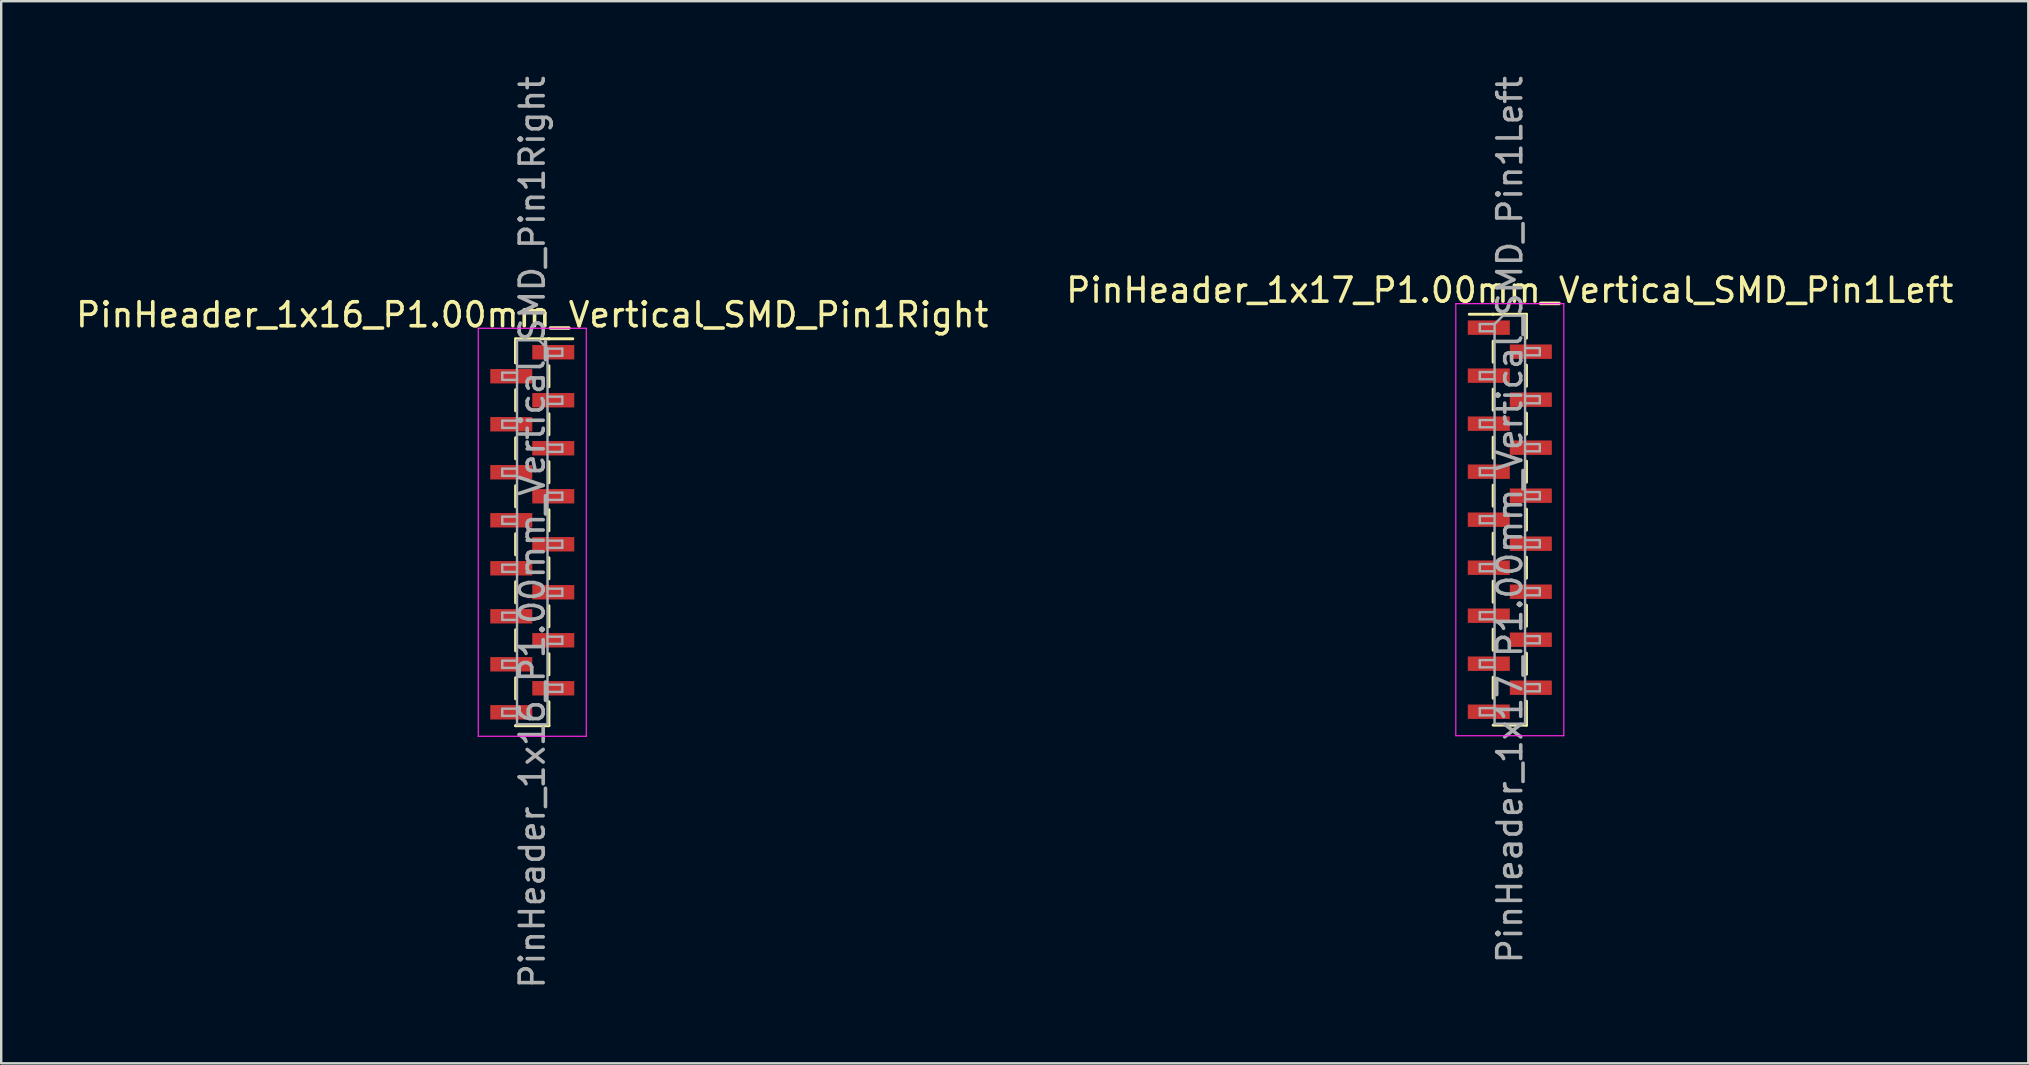
<source format=kicad_pcb>
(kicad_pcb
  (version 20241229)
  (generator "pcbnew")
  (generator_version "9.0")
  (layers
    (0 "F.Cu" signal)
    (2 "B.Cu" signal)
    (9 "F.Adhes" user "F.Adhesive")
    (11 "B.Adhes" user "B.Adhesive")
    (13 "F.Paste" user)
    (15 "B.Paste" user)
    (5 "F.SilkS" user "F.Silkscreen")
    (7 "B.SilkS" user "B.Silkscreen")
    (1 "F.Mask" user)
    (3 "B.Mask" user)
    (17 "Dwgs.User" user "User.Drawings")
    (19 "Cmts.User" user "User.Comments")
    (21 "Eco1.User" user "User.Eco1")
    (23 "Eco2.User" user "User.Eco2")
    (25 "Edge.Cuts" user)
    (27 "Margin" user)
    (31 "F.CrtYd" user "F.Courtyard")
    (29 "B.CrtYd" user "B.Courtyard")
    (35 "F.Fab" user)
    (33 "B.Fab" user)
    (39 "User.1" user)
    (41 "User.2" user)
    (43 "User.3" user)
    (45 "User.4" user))
  (footprint "PinHeader_1x16_P1.00mm_Vertical_SMD_Pin1Right"
    (layer "F.Cu")
    (at 19.125 19.125)
    (property "Reference" "PinHeader_1x16_P1.00mm_Vertical_SMD_Pin1Right" (at 0 -9.06 0) (layer "F.SilkS") (effects (font (size 1 1) (thickness 0.15))))
    (attr smd)
    (fp_line (start -0.695 -8.06) (end -0.695 -7.06) (stroke (width 0.12) (type solid)) (layer "F.SilkS"))
    (fp_line (start -0.695 -8.06) (end 0.695 -8.06) (stroke (width 0.12) (type solid)) (layer "F.SilkS"))
    (fp_line (start -0.695 -7.94) (end -0.695 -7.06) (stroke (width 0.12) (type solid)) (layer "F.SilkS"))
    (fp_line (start -0.695 -5.94) (end -0.695 -5.06) (stroke (width 0.12) (type solid)) (layer "F.SilkS"))
    (fp_line (start -0.695 -3.94) (end -0.695 -3.06) (stroke (width 0.12) (type solid)) (layer "F.SilkS"))
    (fp_line (start -0.695 -1.94) (end -0.695 -1.06) (stroke (width 0.12) (type solid)) (layer "F.SilkS"))
    (fp_line (start -0.695 0.06) (end -0.695 0.94) (stroke (width 0.12) (type solid)) (layer "F.SilkS"))
    (fp_line (start -0.695 2.06) (end -0.695 2.94) (stroke (width 0.12) (type solid)) (layer "F.SilkS"))
    (fp_line (start -0.695 4.06) (end -0.695 4.94) (stroke (width 0.12) (type solid)) (layer "F.SilkS"))
    (fp_line (start -0.695 6.06) (end -0.695 6.94) (stroke (width 0.12) (type solid)) (layer "F.SilkS"))
    (fp_line (start -0.695 8.06) (end -0.695 8.06) (stroke (width 0.12) (type solid)) (layer "F.SilkS"))
    (fp_line (start -0.695 8.06) (end 0.695 8.06) (stroke (width 0.12) (type solid)) (layer "F.SilkS"))
    (fp_line (start 0.695 -8.06) (end 0.695 -8.06) (stroke (width 0.12) (type solid)) (layer "F.SilkS"))
    (fp_line (start 0.695 -8.06) (end 1.69 -8.06) (stroke (width 0.12) (type solid)) (layer "F.SilkS"))
    (fp_line (start 0.695 -6.94) (end 0.695 -6.06) (stroke (width 0.12) (type solid)) (layer "F.SilkS"))
    (fp_line (start 0.695 -4.94) (end 0.695 -4.06) (stroke (width 0.12) (type solid)) (layer "F.SilkS"))
    (fp_line (start 0.695 -2.94) (end 0.695 -2.06) (stroke (width 0.12) (type solid)) (layer "F.SilkS"))
    (fp_line (start 0.695 -0.94) (end 0.695 -0.06) (stroke (width 0.12) (type solid)) (layer "F.SilkS"))
    (fp_line (start 0.695 1.06) (end 0.695 1.94) (stroke (width 0.12) (type solid)) (layer "F.SilkS"))
    (fp_line (start 0.695 3.06) (end 0.695 3.94) (stroke (width 0.12) (type solid)) (layer "F.SilkS"))
    (fp_line (start 0.695 5.06) (end 0.695 5.94) (stroke (width 0.12) (type solid)) (layer "F.SilkS"))
    (fp_line (start 0.695 7.06) (end 0.695 8.06) (stroke (width 0.12) (type solid)) (layer "F.SilkS"))
    (fp_line (start -2.25 -8.5) (end -2.25 8.5) (stroke (width 0.05) (type solid)) (layer "F.CrtYd"))
    (fp_line (start -2.25 8.5) (end 2.25 8.5) (stroke (width 0.05) (type solid)) (layer "F.CrtYd"))
    (fp_line (start 2.25 -8.5) (end -2.25 -8.5) (stroke (width 0.05) (type solid)) (layer "F.CrtYd"))
    (fp_line (start 2.25 8.5) (end 2.25 -8.5) (stroke (width 0.05) (type solid)) (layer "F.CrtYd"))
    (fp_line (start -1.25 -6.65) (end -1.25 -6.35) (stroke (width 0.1) (type solid)) (layer "F.Fab"))
    (fp_line (start -1.25 -6.35) (end -0.635 -6.35) (stroke (width 0.1) (type solid)) (layer "F.Fab"))
    (fp_line (start -1.25 -4.65) (end -1.25 -4.35) (stroke (width 0.1) (type solid)) (layer "F.Fab"))
    (fp_line (start -1.25 -4.35) (end -0.635 -4.35) (stroke (width 0.1) (type solid)) (layer "F.Fab"))
    (fp_line (start -1.25 -2.65) (end -1.25 -2.35) (stroke (width 0.1) (type solid)) (layer "F.Fab"))
    (fp_line (start -1.25 -2.35) (end -0.635 -2.35) (stroke (width 0.1) (type solid)) (layer "F.Fab"))
    (fp_line (start -1.25 -0.65) (end -1.25 -0.35) (stroke (width 0.1) (type solid)) (layer "F.Fab"))
    (fp_line (start -1.25 -0.35) (end -0.635 -0.35) (stroke (width 0.1) (type solid)) (layer "F.Fab"))
    (fp_line (start -1.25 1.35) (end -1.25 1.65) (stroke (width 0.1) (type solid)) (layer "F.Fab"))
    (fp_line (start -1.25 1.65) (end -0.635 1.65) (stroke (width 0.1) (type solid)) (layer "F.Fab"))
    (fp_line (start -1.25 3.35) (end -1.25 3.65) (stroke (width 0.1) (type solid)) (layer "F.Fab"))
    (fp_line (start -1.25 3.65) (end -0.635 3.65) (stroke (width 0.1) (type solid)) (layer "F.Fab"))
    (fp_line (start -1.25 5.35) (end -1.25 5.65) (stroke (width 0.1) (type solid)) (layer "F.Fab"))
    (fp_line (start -1.25 5.65) (end -0.635 5.65) (stroke (width 0.1) (type solid)) (layer "F.Fab"))
    (fp_line (start -1.25 7.35) (end -1.25 7.65) (stroke (width 0.1) (type solid)) (layer "F.Fab"))
    (fp_line (start -1.25 7.65) (end -0.635 7.65) (stroke (width 0.1) (type solid)) (layer "F.Fab"))
    (fp_line (start -0.635 -8) (end -0.635 8) (stroke (width 0.1) (type solid)) (layer "F.Fab"))
    (fp_line (start -0.635 -8) (end 0.285 -8) (stroke (width 0.1) (type solid)) (layer "F.Fab"))
    (fp_line (start -0.635 -6.65) (end -1.25 -6.65) (stroke (width 0.1) (type solid)) (layer "F.Fab"))
    (fp_line (start -0.635 -4.65) (end -1.25 -4.65) (stroke (width 0.1) (type solid)) (layer "F.Fab"))
    (fp_line (start -0.635 -2.65) (end -1.25 -2.65) (stroke (width 0.1) (type solid)) (layer "F.Fab"))
    (fp_line (start -0.635 -0.65) (end -1.25 -0.65) (stroke (width 0.1) (type solid)) (layer "F.Fab"))
    (fp_line (start -0.635 1.35) (end -1.25 1.35) (stroke (width 0.1) (type solid)) (layer "F.Fab"))
    (fp_line (start -0.635 3.35) (end -1.25 3.35) (stroke (width 0.1) (type solid)) (layer "F.Fab"))
    (fp_line (start -0.635 5.35) (end -1.25 5.35) (stroke (width 0.1) (type solid)) (layer "F.Fab"))
    (fp_line (start -0.635 7.35) (end -1.25 7.35) (stroke (width 0.1) (type solid)) (layer "F.Fab"))
    (fp_line (start 0.635 -7.65) (end 0.285 -8) (stroke (width 0.1) (type solid)) (layer "F.Fab"))
    (fp_line (start 0.635 -7.65) (end 1.25 -7.65) (stroke (width 0.1) (type solid)) (layer "F.Fab"))
    (fp_line (start 0.635 -5.65) (end 1.25 -5.65) (stroke (width 0.1) (type solid)) (layer "F.Fab"))
    (fp_line (start 0.635 -3.65) (end 1.25 -3.65) (stroke (width 0.1) (type solid)) (layer "F.Fab"))
    (fp_line (start 0.635 -1.65) (end 1.25 -1.65) (stroke (width 0.1) (type solid)) (layer "F.Fab"))
    (fp_line (start 0.635 0.35) (end 1.25 0.35) (stroke (width 0.1) (type solid)) (layer "F.Fab"))
    (fp_line (start 0.635 2.35) (end 1.25 2.35) (stroke (width 0.1) (type solid)) (layer "F.Fab"))
    (fp_line (start 0.635 4.35) (end 1.25 4.35) (stroke (width 0.1) (type solid)) (layer "F.Fab"))
    (fp_line (start 0.635 6.35) (end 1.25 6.35) (stroke (width 0.1) (type solid)) (layer "F.Fab"))
    (fp_line (start 0.635 8) (end -0.635 8) (stroke (width 0.1) (type solid)) (layer "F.Fab"))
    (fp_line (start 0.635 8) (end 0.635 -7.65) (stroke (width 0.1) (type solid)) (layer "F.Fab"))
    (fp_line (start 1.25 -7.65) (end 1.25 -7.35) (stroke (width 0.1) (type solid)) (layer "F.Fab"))
    (fp_line (start 1.25 -7.35) (end 0.635 -7.35) (stroke (width 0.1) (type solid)) (layer "F.Fab"))
    (fp_line (start 1.25 -5.65) (end 1.25 -5.35) (stroke (width 0.1) (type solid)) (layer "F.Fab"))
    (fp_line (start 1.25 -5.35) (end 0.635 -5.35) (stroke (width 0.1) (type solid)) (layer "F.Fab"))
    (fp_line (start 1.25 -3.65) (end 1.25 -3.35) (stroke (width 0.1) (type solid)) (layer "F.Fab"))
    (fp_line (start 1.25 -3.35) (end 0.635 -3.35) (stroke (width 0.1) (type solid)) (layer "F.Fab"))
    (fp_line (start 1.25 -1.65) (end 1.25 -1.35) (stroke (width 0.1) (type solid)) (layer "F.Fab"))
    (fp_line (start 1.25 -1.35) (end 0.635 -1.35) (stroke (width 0.1) (type solid)) (layer "F.Fab"))
    (fp_line (start 1.25 0.35) (end 1.25 0.65) (stroke (width 0.1) (type solid)) (layer "F.Fab"))
    (fp_line (start 1.25 0.65) (end 0.635 0.65) (stroke (width 0.1) (type solid)) (layer "F.Fab"))
    (fp_line (start 1.25 2.35) (end 1.25 2.65) (stroke (width 0.1) (type solid)) (layer "F.Fab"))
    (fp_line (start 1.25 2.65) (end 0.635 2.65) (stroke (width 0.1) (type solid)) (layer "F.Fab"))
    (fp_line (start 1.25 4.35) (end 1.25 4.65) (stroke (width 0.1) (type solid)) (layer "F.Fab"))
    (fp_line (start 1.25 4.65) (end 0.635 4.65) (stroke (width 0.1) (type solid)) (layer "F.Fab"))
    (fp_line (start 1.25 6.35) (end 1.25 6.65) (stroke (width 0.1) (type solid)) (layer "F.Fab"))
    (fp_line (start 1.25 6.65) (end 0.635 6.65) (stroke (width 0.1) (type solid)) (layer "F.Fab"))
    (fp_text user "${REFERENCE}" (at 0 0 90) (layer "F.Fab") (effects (font (size 1 1) (thickness 0.15))))
    (pad "1" smd rect (at 0.875 -7.5) (size 1.75 0.6) (layers "F.Cu" "F.Mask" "F.Paste"))
    (pad "2" smd rect (at -0.875 -6.5) (size 1.75 0.6) (layers "F.Cu" "F.Mask" "F.Paste"))
    (pad "3" smd rect (at 0.875 -5.5) (size 1.75 0.6) (layers "F.Cu" "F.Mask" "F.Paste"))
    (pad "4" smd rect (at -0.875 -4.5) (size 1.75 0.6) (layers "F.Cu" "F.Mask" "F.Paste"))
    (pad "5" smd rect (at 0.875 -3.5) (size 1.75 0.6) (layers "F.Cu" "F.Mask" "F.Paste"))
    (pad "6" smd rect (at -0.875 -2.5) (size 1.75 0.6) (layers "F.Cu" "F.Mask" "F.Paste"))
    (pad "7" smd rect (at 0.875 -1.5) (size 1.75 0.6) (layers "F.Cu" "F.Mask" "F.Paste"))
    (pad "8" smd rect (at -0.875 -0.5) (size 1.75 0.6) (layers "F.Cu" "F.Mask" "F.Paste"))
    (pad "9" smd rect (at 0.875 0.5) (size 1.75 0.6) (layers "F.Cu" "F.Mask" "F.Paste"))
    (pad "10" smd rect (at -0.875 1.5) (size 1.75 0.6) (layers "F.Cu" "F.Mask" "F.Paste"))
    (pad "11" smd rect (at 0.875 2.5) (size 1.75 0.6) (layers "F.Cu" "F.Mask" "F.Paste"))
    (pad "12" smd rect (at -0.875 3.5) (size 1.75 0.6) (layers "F.Cu" "F.Mask" "F.Paste"))
    (pad "13" smd rect (at 0.875 4.5) (size 1.75 0.6) (layers "F.Cu" "F.Mask" "F.Paste"))
    (pad "14" smd rect (at -0.875 5.5) (size 1.75 0.6) (layers "F.Cu" "F.Mask" "F.Paste"))
    (pad "15" smd rect (at 0.875 6.5) (size 1.75 0.6) (layers "F.Cu" "F.Mask" "F.Paste"))
    (pad "16" smd rect (at -0.875 7.5) (size 1.75 0.6) (layers "F.Cu" "F.Mask" "F.Paste")))
  (footprint "PinHeader_1x17_P1.00mm_Vertical_SMD_Pin1Left"
    (layer "F.Cu")
    (at 59.851 18.601)
    (property "Reference" "PinHeader_1x17_P1.00mm_Vertical_SMD_Pin1Left" (at 0 -9.56 0) (layer "F.SilkS") (effects (font (size 1 1) (thickness 0.15))))
    (attr smd)
    (fp_line (start -0.695 -8.56) (end -1.69 -8.56) (stroke (width 0.12) (type solid)) (layer "F.SilkS"))
    (fp_line (start -0.695 -8.56) (end -0.695 -8.56) (stroke (width 0.12) (type solid)) (layer "F.SilkS"))
    (fp_line (start -0.695 -8.56) (end 0.695 -8.56) (stroke (width 0.12) (type solid)) (layer "F.SilkS"))
    (fp_line (start -0.695 -7.44) (end -0.695 -6.56) (stroke (width 0.12) (type solid)) (layer "F.SilkS"))
    (fp_line (start -0.695 -5.44) (end -0.695 -4.56) (stroke (width 0.12) (type solid)) (layer "F.SilkS"))
    (fp_line (start -0.695 -3.44) (end -0.695 -2.56) (stroke (width 0.12) (type solid)) (layer "F.SilkS"))
    (fp_line (start -0.695 -1.44) (end -0.695 -0.56) (stroke (width 0.12) (type solid)) (layer "F.SilkS"))
    (fp_line (start -0.695 0.56) (end -0.695 1.44) (stroke (width 0.12) (type solid)) (layer "F.SilkS"))
    (fp_line (start -0.695 2.56) (end -0.695 3.44) (stroke (width 0.12) (type solid)) (layer "F.SilkS"))
    (fp_line (start -0.695 4.56) (end -0.695 5.44) (stroke (width 0.12) (type solid)) (layer "F.SilkS"))
    (fp_line (start -0.695 6.56) (end -0.695 7.44) (stroke (width 0.12) (type solid)) (layer "F.SilkS"))
    (fp_line (start -0.695 8.56) (end 0.695 8.56) (stroke (width 0.12) (type solid)) (layer "F.SilkS"))
    (fp_line (start 0.695 -8.56) (end 0.695 -7.56) (stroke (width 0.12) (type solid)) (layer "F.SilkS"))
    (fp_line (start 0.695 -6.44) (end 0.695 -5.56) (stroke (width 0.12) (type solid)) (layer "F.SilkS"))
    (fp_line (start 0.695 -4.44) (end 0.695 -3.56) (stroke (width 0.12) (type solid)) (layer "F.SilkS"))
    (fp_line (start 0.695 -2.44) (end 0.695 -1.56) (stroke (width 0.12) (type solid)) (layer "F.SilkS"))
    (fp_line (start 0.695 -0.44) (end 0.695 0.44) (stroke (width 0.12) (type solid)) (layer "F.SilkS"))
    (fp_line (start 0.695 1.56) (end 0.695 2.44) (stroke (width 0.12) (type solid)) (layer "F.SilkS"))
    (fp_line (start 0.695 3.56) (end 0.695 4.44) (stroke (width 0.12) (type solid)) (layer "F.SilkS"))
    (fp_line (start 0.695 5.56) (end 0.695 6.44) (stroke (width 0.12) (type solid)) (layer "F.SilkS"))
    (fp_line (start 0.695 7.56) (end 0.695 8.56) (stroke (width 0.12) (type solid)) (layer "F.SilkS"))
    (fp_line (start 0.695 8.56) (end 0.695 8.56) (stroke (width 0.12) (type solid)) (layer "F.SilkS"))
    (fp_line (start -2.25 -9) (end -2.25 9) (stroke (width 0.05) (type solid)) (layer "F.CrtYd"))
    (fp_line (start -2.25 9) (end 2.25 9) (stroke (width 0.05) (type solid)) (layer "F.CrtYd"))
    (fp_line (start 2.25 -9) (end -2.25 -9) (stroke (width 0.05) (type solid)) (layer "F.CrtYd"))
    (fp_line (start 2.25 9) (end 2.25 -9) (stroke (width 0.05) (type solid)) (layer "F.CrtYd"))
    (fp_line (start -1.25 -8.15) (end -1.25 -7.85) (stroke (width 0.1) (type solid)) (layer "F.Fab"))
    (fp_line (start -1.25 -7.85) (end -0.635 -7.85) (stroke (width 0.1) (type solid)) (layer "F.Fab"))
    (fp_line (start -1.25 -6.15) (end -1.25 -5.85) (stroke (width 0.1) (type solid)) (layer "F.Fab"))
    (fp_line (start -1.25 -5.85) (end -0.635 -5.85) (stroke (width 0.1) (type solid)) (layer "F.Fab"))
    (fp_line (start -1.25 -4.15) (end -1.25 -3.85) (stroke (width 0.1) (type solid)) (layer "F.Fab"))
    (fp_line (start -1.25 -3.85) (end -0.635 -3.85) (stroke (width 0.1) (type solid)) (layer "F.Fab"))
    (fp_line (start -1.25 -2.15) (end -1.25 -1.85) (stroke (width 0.1) (type solid)) (layer "F.Fab"))
    (fp_line (start -1.25 -1.85) (end -0.635 -1.85) (stroke (width 0.1) (type solid)) (layer "F.Fab"))
    (fp_line (start -1.25 -0.15) (end -1.25 0.15) (stroke (width 0.1) (type solid)) (layer "F.Fab"))
    (fp_line (start -1.25 0.15) (end -0.635 0.15) (stroke (width 0.1) (type solid)) (layer "F.Fab"))
    (fp_line (start -1.25 1.85) (end -1.25 2.15) (stroke (width 0.1) (type solid)) (layer "F.Fab"))
    (fp_line (start -1.25 2.15) (end -0.635 2.15) (stroke (width 0.1) (type solid)) (layer "F.Fab"))
    (fp_line (start -1.25 3.85) (end -1.25 4.15) (stroke (width 0.1) (type solid)) (layer "F.Fab"))
    (fp_line (start -1.25 4.15) (end -0.635 4.15) (stroke (width 0.1) (type solid)) (layer "F.Fab"))
    (fp_line (start -1.25 5.85) (end -1.25 6.15) (stroke (width 0.1) (type solid)) (layer "F.Fab"))
    (fp_line (start -1.25 6.15) (end -0.635 6.15) (stroke (width 0.1) (type solid)) (layer "F.Fab"))
    (fp_line (start -1.25 7.85) (end -1.25 8.15) (stroke (width 0.1) (type solid)) (layer "F.Fab"))
    (fp_line (start -1.25 8.15) (end -0.635 8.15) (stroke (width 0.1) (type solid)) (layer "F.Fab"))
    (fp_line (start -0.635 -8.15) (end -1.25 -8.15) (stroke (width 0.1) (type solid)) (layer "F.Fab"))
    (fp_line (start -0.635 -8.15) (end -0.285 -8.5) (stroke (width 0.1) (type solid)) (layer "F.Fab"))
    (fp_line (start -0.635 -6.15) (end -1.25 -6.15) (stroke (width 0.1) (type solid)) (layer "F.Fab"))
    (fp_line (start -0.635 -4.15) (end -1.25 -4.15) (stroke (width 0.1) (type solid)) (layer "F.Fab"))
    (fp_line (start -0.635 -2.15) (end -1.25 -2.15) (stroke (width 0.1) (type solid)) (layer "F.Fab"))
    (fp_line (start -0.635 -0.15) (end -1.25 -0.15) (stroke (width 0.1) (type solid)) (layer "F.Fab"))
    (fp_line (start -0.635 1.85) (end -1.25 1.85) (stroke (width 0.1) (type solid)) (layer "F.Fab"))
    (fp_line (start -0.635 3.85) (end -1.25 3.85) (stroke (width 0.1) (type solid)) (layer "F.Fab"))
    (fp_line (start -0.635 5.85) (end -1.25 5.85) (stroke (width 0.1) (type solid)) (layer "F.Fab"))
    (fp_line (start -0.635 7.85) (end -1.25 7.85) (stroke (width 0.1) (type solid)) (layer "F.Fab"))
    (fp_line (start -0.635 8.5) (end -0.635 -8.15) (stroke (width 0.1) (type solid)) (layer "F.Fab"))
    (fp_line (start -0.285 -8.5) (end 0.635 -8.5) (stroke (width 0.1) (type solid)) (layer "F.Fab"))
    (fp_line (start 0.635 -8.5) (end 0.635 8.5) (stroke (width 0.1) (type solid)) (layer "F.Fab"))
    (fp_line (start 0.635 -7.15) (end 1.25 -7.15) (stroke (width 0.1) (type solid)) (layer "F.Fab"))
    (fp_line (start 0.635 -5.15) (end 1.25 -5.15) (stroke (width 0.1) (type solid)) (layer "F.Fab"))
    (fp_line (start 0.635 -3.15) (end 1.25 -3.15) (stroke (width 0.1) (type solid)) (layer "F.Fab"))
    (fp_line (start 0.635 -1.15) (end 1.25 -1.15) (stroke (width 0.1) (type solid)) (layer "F.Fab"))
    (fp_line (start 0.635 0.85) (end 1.25 0.85) (stroke (width 0.1) (type solid)) (layer "F.Fab"))
    (fp_line (start 0.635 2.85) (end 1.25 2.85) (stroke (width 0.1) (type solid)) (layer "F.Fab"))
    (fp_line (start 0.635 4.85) (end 1.25 4.85) (stroke (width 0.1) (type solid)) (layer "F.Fab"))
    (fp_line (start 0.635 6.85) (end 1.25 6.85) (stroke (width 0.1) (type solid)) (layer "F.Fab"))
    (fp_line (start 0.635 8.5) (end -0.635 8.5) (stroke (width 0.1) (type solid)) (layer "F.Fab"))
    (fp_line (start 1.25 -7.15) (end 1.25 -6.85) (stroke (width 0.1) (type solid)) (layer "F.Fab"))
    (fp_line (start 1.25 -6.85) (end 0.635 -6.85) (stroke (width 0.1) (type solid)) (layer "F.Fab"))
    (fp_line (start 1.25 -5.15) (end 1.25 -4.85) (stroke (width 0.1) (type solid)) (layer "F.Fab"))
    (fp_line (start 1.25 -4.85) (end 0.635 -4.85) (stroke (width 0.1) (type solid)) (layer "F.Fab"))
    (fp_line (start 1.25 -3.15) (end 1.25 -2.85) (stroke (width 0.1) (type solid)) (layer "F.Fab"))
    (fp_line (start 1.25 -2.85) (end 0.635 -2.85) (stroke (width 0.1) (type solid)) (layer "F.Fab"))
    (fp_line (start 1.25 -1.15) (end 1.25 -0.85) (stroke (width 0.1) (type solid)) (layer "F.Fab"))
    (fp_line (start 1.25 -0.85) (end 0.635 -0.85) (stroke (width 0.1) (type solid)) (layer "F.Fab"))
    (fp_line (start 1.25 0.85) (end 1.25 1.15) (stroke (width 0.1) (type solid)) (layer "F.Fab"))
    (fp_line (start 1.25 1.15) (end 0.635 1.15) (stroke (width 0.1) (type solid)) (layer "F.Fab"))
    (fp_line (start 1.25 2.85) (end 1.25 3.15) (stroke (width 0.1) (type solid)) (layer "F.Fab"))
    (fp_line (start 1.25 3.15) (end 0.635 3.15) (stroke (width 0.1) (type solid)) (layer "F.Fab"))
    (fp_line (start 1.25 4.85) (end 1.25 5.15) (stroke (width 0.1) (type solid)) (layer "F.Fab"))
    (fp_line (start 1.25 5.15) (end 0.635 5.15) (stroke (width 0.1) (type solid)) (layer "F.Fab"))
    (fp_line (start 1.25 6.85) (end 1.25 7.15) (stroke (width 0.1) (type solid)) (layer "F.Fab"))
    (fp_line (start 1.25 7.15) (end 0.635 7.15) (stroke (width 0.1) (type solid)) (layer "F.Fab"))
    (fp_text user "${REFERENCE}" (at 0 0 90) (layer "F.Fab") (effects (font (size 1 1) (thickness 0.15))))
    (pad "1" smd rect (at -0.875 -8) (size 1.75 0.6) (layers "F.Cu" "F.Mask" "F.Paste"))
    (pad "2" smd rect (at 0.875 -7) (size 1.75 0.6) (layers "F.Cu" "F.Mask" "F.Paste"))
    (pad "3" smd rect (at -0.875 -6) (size 1.75 0.6) (layers "F.Cu" "F.Mask" "F.Paste"))
    (pad "4" smd rect (at 0.875 -5) (size 1.75 0.6) (layers "F.Cu" "F.Mask" "F.Paste"))
    (pad "5" smd rect (at -0.875 -4) (size 1.75 0.6) (layers "F.Cu" "F.Mask" "F.Paste"))
    (pad "6" smd rect (at 0.875 -3) (size 1.75 0.6) (layers "F.Cu" "F.Mask" "F.Paste"))
    (pad "7" smd rect (at -0.875 -2) (size 1.75 0.6) (layers "F.Cu" "F.Mask" "F.Paste"))
    (pad "8" smd rect (at 0.875 -1) (size 1.75 0.6) (layers "F.Cu" "F.Mask" "F.Paste"))
    (pad "9" smd rect (at -0.875 0) (size 1.75 0.6) (layers "F.Cu" "F.Mask" "F.Paste"))
    (pad "10" smd rect (at 0.875 1) (size 1.75 0.6) (layers "F.Cu" "F.Mask" "F.Paste"))
    (pad "11" smd rect (at -0.875 2) (size 1.75 0.6) (layers "F.Cu" "F.Mask" "F.Paste"))
    (pad "12" smd rect (at 0.875 3) (size 1.75 0.6) (layers "F.Cu" "F.Mask" "F.Paste"))
    (pad "13" smd rect (at -0.875 4) (size 1.75 0.6) (layers "F.Cu" "F.Mask" "F.Paste"))
    (pad "14" smd rect (at 0.875 5) (size 1.75 0.6) (layers "F.Cu" "F.Mask" "F.Paste"))
    (pad "15" smd rect (at -0.875 6) (size 1.75 0.6) (layers "F.Cu" "F.Mask" "F.Paste"))
    (pad "16" smd rect (at 0.875 7) (size 1.75 0.6) (layers "F.Cu" "F.Mask" "F.Paste"))
    (pad "17" smd rect (at -0.875 8) (size 1.75 0.6) (layers "F.Cu" "F.Mask" "F.Paste")))
  (gr_rect
    (start -3 -3)
    (end 81.452 41.25)
    (stroke (width 0.1) (type default))
    (fill no)
    (layer "Edge.Cuts")))
</source>
